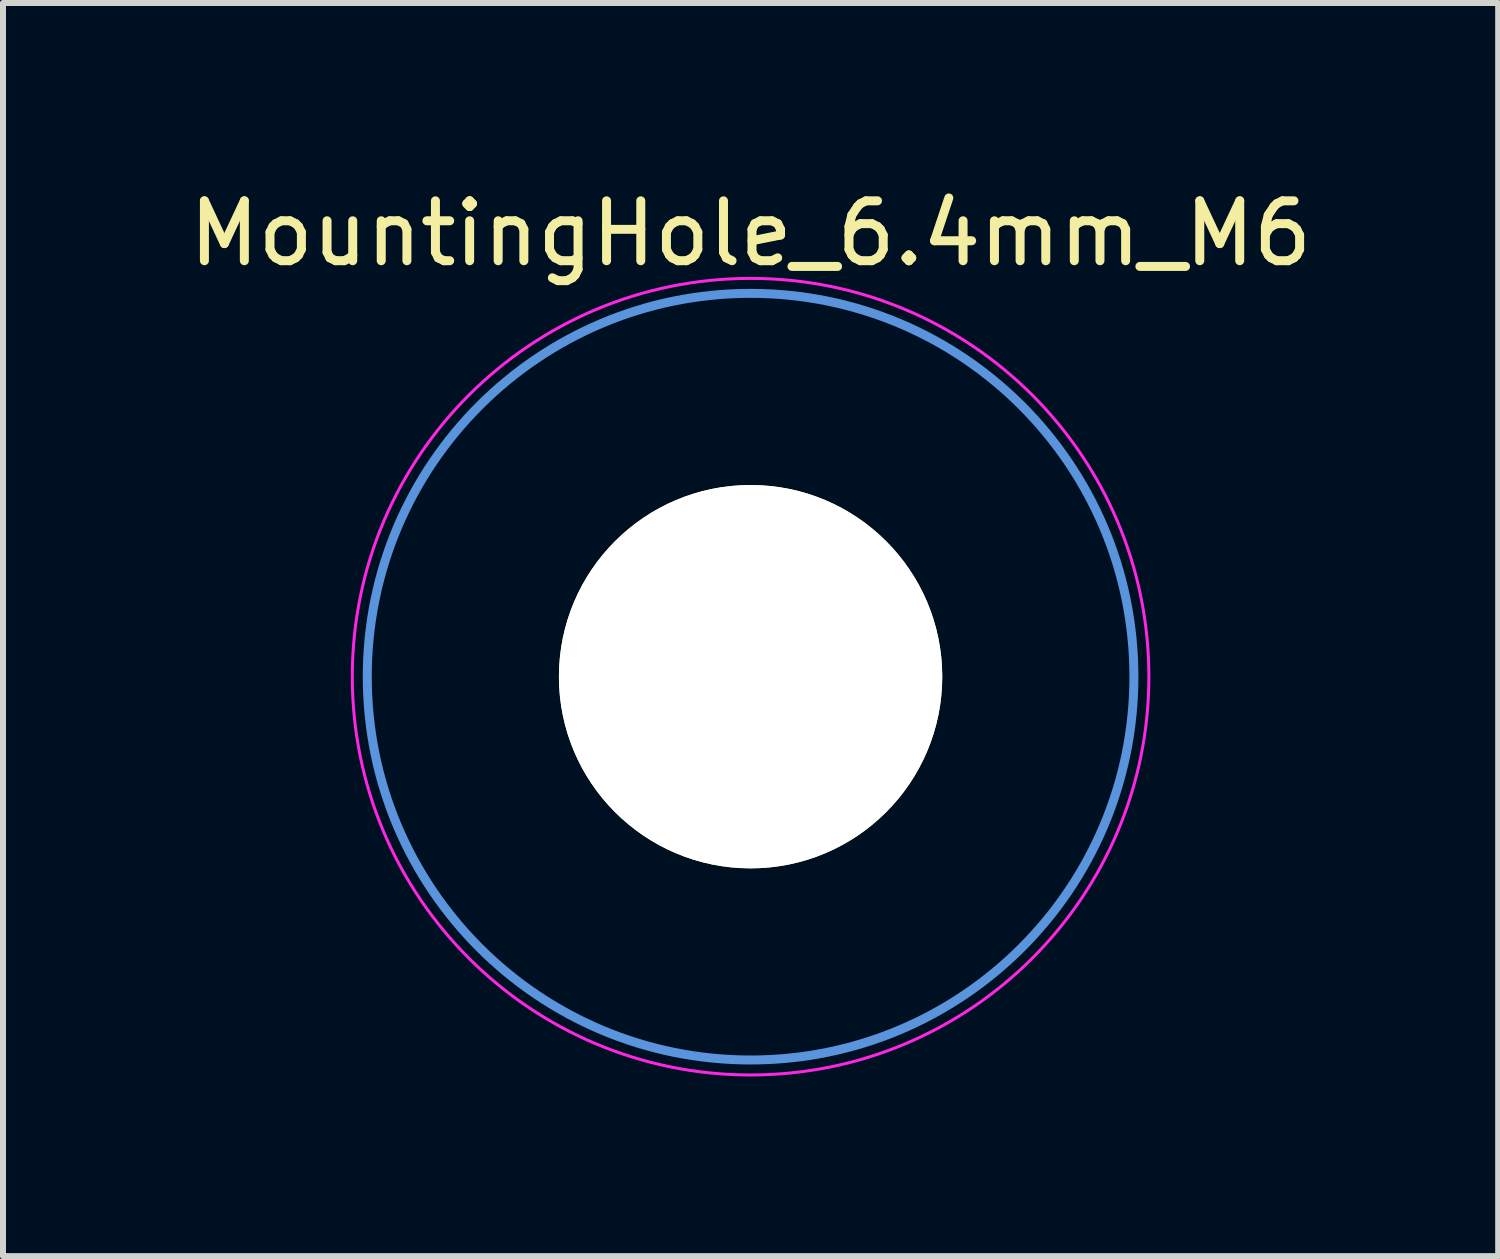
<source format=kicad_pcb>
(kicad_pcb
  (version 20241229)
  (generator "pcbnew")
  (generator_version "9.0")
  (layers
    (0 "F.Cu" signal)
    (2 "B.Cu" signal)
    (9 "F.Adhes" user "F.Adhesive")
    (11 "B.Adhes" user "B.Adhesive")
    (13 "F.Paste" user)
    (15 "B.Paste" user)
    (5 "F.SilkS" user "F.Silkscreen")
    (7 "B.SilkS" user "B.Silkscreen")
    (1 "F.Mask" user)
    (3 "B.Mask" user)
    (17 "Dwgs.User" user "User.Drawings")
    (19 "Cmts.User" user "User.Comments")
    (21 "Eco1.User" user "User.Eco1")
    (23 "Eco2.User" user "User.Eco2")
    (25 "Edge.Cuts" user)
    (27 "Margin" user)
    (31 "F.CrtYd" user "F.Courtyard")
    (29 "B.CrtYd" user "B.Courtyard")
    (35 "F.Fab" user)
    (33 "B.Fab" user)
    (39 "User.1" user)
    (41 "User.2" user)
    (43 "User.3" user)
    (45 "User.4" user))
  (footprint "MountingHole_6.4mm_M6"
    (layer "F.Cu")
    (at 9.482 8.248)
    (property "Reference" "MountingHole_6.4mm_M6" (at 0 -7.4 0) (layer "F.SilkS") (effects (font (size 1 1) (thickness 0.15))))
    (attr through_hole)
    (fp_circle (center 0 0) (end 6.4 0) (stroke (width 0.15) (type solid)) (fill no) (layer "Cmts.User"))
    (fp_circle (center 0 0) (end 6.65 0) (stroke (width 0.05) (type solid)) (fill no) (layer "F.CrtYd"))
    (pad "" np_thru_hole circle (at 0 0) (size 6.4 6.4) (drill 6.4) (layers "*.Cu" "*.Mask" "F.SilkS")))
  (gr_rect
    (start -3 -3)
    (end 21.964 17.923)
    (stroke (width 0.1) (type default))
    (fill no)
    (layer "Edge.Cuts")))
</source>
